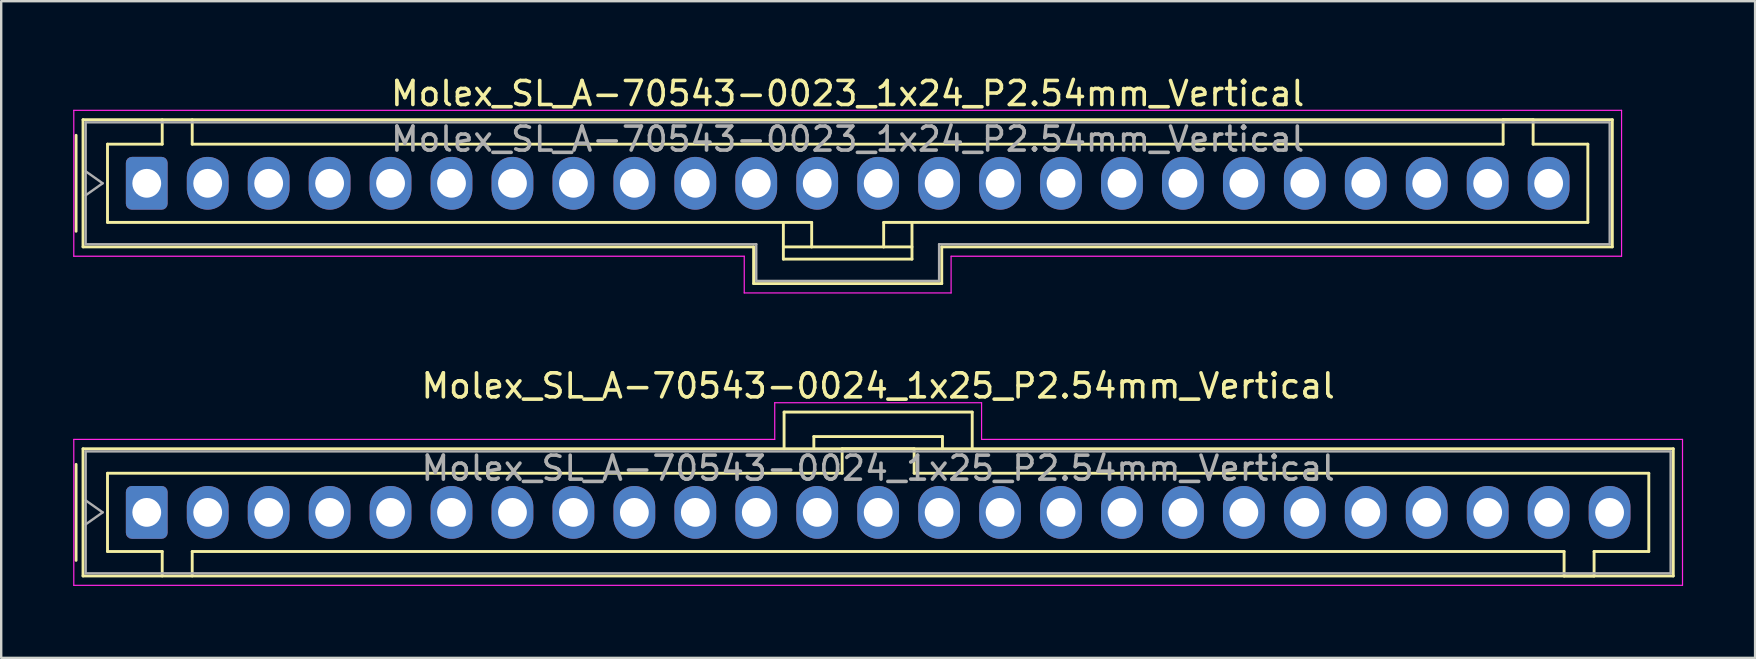
<source format=kicad_pcb>
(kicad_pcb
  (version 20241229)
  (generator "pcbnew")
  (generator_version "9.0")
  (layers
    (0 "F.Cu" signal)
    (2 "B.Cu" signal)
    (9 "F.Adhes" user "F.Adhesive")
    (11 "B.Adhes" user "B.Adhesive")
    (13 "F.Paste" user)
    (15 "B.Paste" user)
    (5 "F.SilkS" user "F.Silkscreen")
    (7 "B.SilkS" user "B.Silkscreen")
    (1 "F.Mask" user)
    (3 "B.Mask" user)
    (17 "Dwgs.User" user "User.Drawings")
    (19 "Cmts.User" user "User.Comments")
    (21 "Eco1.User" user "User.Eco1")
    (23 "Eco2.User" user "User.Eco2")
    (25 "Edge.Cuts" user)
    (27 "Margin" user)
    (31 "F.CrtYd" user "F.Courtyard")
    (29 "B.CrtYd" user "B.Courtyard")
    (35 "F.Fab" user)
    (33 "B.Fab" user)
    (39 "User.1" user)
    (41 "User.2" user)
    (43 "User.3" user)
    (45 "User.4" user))
  (footprint "Molex_SL_A-70543-0024_1x25_P2.54mm_Vertical"
    (layer "F.Cu")
    (at 3.065 18.302)
    (property "Reference" "Molex_SL_A-70543-0024_1x25_P2.54mm_Vertical" (at 30.48 -5.27 0) (layer "F.SilkS") (effects (font (size 1 1) (thickness 0.15))))
    (attr through_hole)
    (fp_line (start -2.945 -2) (end -2.945 2) (stroke (width 0.12) (type solid)) (layer "F.SilkS"))
    (fp_line (start -2.655 -2.65) (end -2.655 2.65) (stroke (width 0.12) (type solid)) (layer "F.SilkS"))
    (fp_line (start -2.655 2.65) (end 63.615 2.65) (stroke (width 0.12) (type solid)) (layer "F.SilkS"))
    (fp_line (start -1.635 -1.63) (end 28.98 -1.63) (stroke (width 0.12) (type solid)) (layer "F.SilkS"))
    (fp_line (start -1.635 1.63) (end -1.635 -1.63) (stroke (width 0.12) (type solid)) (layer "F.SilkS"))
    (fp_line (start 0.645 1.63) (end -1.635 1.63) (stroke (width 0.12) (type solid)) (layer "F.SilkS"))
    (fp_line (start 0.645 2.65) (end 0.645 1.63) (stroke (width 0.12) (type solid)) (layer "F.SilkS"))
    (fp_line (start 1.895 1.63) (end 1.895 2.65) (stroke (width 0.12) (type solid)) (layer "F.SilkS"))
    (fp_line (start 26.56 -4.18) (end 34.4 -4.18) (stroke (width 0.12) (type solid)) (layer "F.SilkS"))
    (fp_line (start 26.56 -2.65) (end 26.56 -4.18) (stroke (width 0.12) (type solid)) (layer "F.SilkS"))
    (fp_line (start 27.8 -3.16) (end 33.16 -3.16) (stroke (width 0.12) (type solid)) (layer "F.SilkS"))
    (fp_line (start 27.8 -2.65) (end 27.8 -3.16) (stroke (width 0.12) (type solid)) (layer "F.SilkS"))
    (fp_line (start 28.98 -2.65) (end 31.98 -2.65) (stroke (width 0.12) (type solid)) (layer "F.SilkS"))
    (fp_line (start 28.98 -1.63) (end 28.98 -2.65) (stroke (width 0.12) (type solid)) (layer "F.SilkS"))
    (fp_line (start 31.98 -2.65) (end 31.98 -1.63) (stroke (width 0.12) (type solid)) (layer "F.SilkS"))
    (fp_line (start 31.98 -1.63) (end 62.595 -1.63) (stroke (width 0.12) (type solid)) (layer "F.SilkS"))
    (fp_line (start 33.16 -3.16) (end 33.16 -2.65) (stroke (width 0.12) (type solid)) (layer "F.SilkS"))
    (fp_line (start 34.4 -4.18) (end 34.4 -2.65) (stroke (width 0.12) (type solid)) (layer "F.SilkS"))
    (fp_line (start 59.065 1.63) (end 1.895 1.63) (stroke (width 0.12) (type solid)) (layer "F.SilkS"))
    (fp_line (start 59.065 2.65) (end 59.065 1.63) (stroke (width 0.12) (type solid)) (layer "F.SilkS"))
    (fp_line (start 60.315 1.63) (end 60.315 2.65) (stroke (width 0.12) (type solid)) (layer "F.SilkS"))
    (fp_line (start 60.315 2.65) (end 59.065 2.65) (stroke (width 0.12) (type solid)) (layer "F.SilkS"))
    (fp_line (start 62.595 -1.63) (end 62.595 1.63) (stroke (width 0.12) (type solid)) (layer "F.SilkS"))
    (fp_line (start 62.595 1.63) (end 60.315 1.63) (stroke (width 0.12) (type solid)) (layer "F.SilkS"))
    (fp_line (start 63.615 -2.65) (end -2.655 -2.65) (stroke (width 0.12) (type solid)) (layer "F.SilkS"))
    (fp_line (start 63.615 2.65) (end 63.615 -2.65) (stroke (width 0.12) (type solid)) (layer "F.SilkS"))
    (fp_line (start -3.04 -3.04) (end 26.17 -3.04) (stroke (width 0.05) (type solid)) (layer "F.CrtYd"))
    (fp_line (start -3.04 3.04) (end -3.04 -3.04) (stroke (width 0.05) (type solid)) (layer "F.CrtYd"))
    (fp_line (start 26.17 -4.57) (end 34.79 -4.57) (stroke (width 0.05) (type solid)) (layer "F.CrtYd"))
    (fp_line (start 26.17 -3.04) (end 26.17 -4.57) (stroke (width 0.05) (type solid)) (layer "F.CrtYd"))
    (fp_line (start 34.79 -4.57) (end 34.79 -3.04) (stroke (width 0.05) (type solid)) (layer "F.CrtYd"))
    (fp_line (start 34.79 -3.04) (end 64 -3.04) (stroke (width 0.05) (type solid)) (layer "F.CrtYd"))
    (fp_line (start 64 -3.04) (end 64 3.04) (stroke (width 0.05) (type solid)) (layer "F.CrtYd"))
    (fp_line (start 64 3.04) (end -3.04 3.04) (stroke (width 0.05) (type solid)) (layer "F.CrtYd"))
    (fp_line (start -2.545 -2.54) (end -2.545 2.54) (stroke (width 0.1) (type solid)) (layer "F.Fab"))
    (fp_line (start -2.545 -0.5) (end -1.838 0) (stroke (width 0.1) (type solid)) (layer "F.Fab"))
    (fp_line (start -2.545 2.54) (end 63.505 2.54) (stroke (width 0.1) (type solid)) (layer "F.Fab"))
    (fp_line (start -1.838 0) (end -2.545 0.5) (stroke (width 0.1) (type solid)) (layer "F.Fab"))
    (fp_line (start 63.505 -2.54) (end -2.545 -2.54) (stroke (width 0.1) (type solid)) (layer "F.Fab"))
    (fp_line (start 63.505 2.54) (end 63.505 -2.54) (stroke (width 0.1) (type solid)) (layer "F.Fab"))
    (fp_text user "${REFERENCE}" (at 30.48 -1.84 0) (layer "F.Fab") (effects (font (size 1 1) (thickness 0.15))))
    (pad "1" thru_hole roundrect (at 0 0) (size 1.74 2.2) (drill 1.2) (layers "*.Cu" "*.Mask") (roundrect_rratio 0.144))
    (pad "2" thru_hole oval (at 2.54 0) (size 1.74 2.2) (drill 1.2) (layers "*.Cu" "*.Mask"))
    (pad "3" thru_hole oval (at 5.08 0) (size 1.74 2.2) (drill 1.2) (layers "*.Cu" "*.Mask"))
    (pad "4" thru_hole oval (at 7.62 0) (size 1.74 2.2) (drill 1.2) (layers "*.Cu" "*.Mask"))
    (pad "5" thru_hole oval (at 10.16 0) (size 1.74 2.2) (drill 1.2) (layers "*.Cu" "*.Mask"))
    (pad "6" thru_hole oval (at 12.7 0) (size 1.74 2.2) (drill 1.2) (layers "*.Cu" "*.Mask"))
    (pad "7" thru_hole oval (at 15.24 0) (size 1.74 2.2) (drill 1.2) (layers "*.Cu" "*.Mask"))
    (pad "8" thru_hole oval (at 17.78 0) (size 1.74 2.2) (drill 1.2) (layers "*.Cu" "*.Mask"))
    (pad "9" thru_hole oval (at 20.32 0) (size 1.74 2.2) (drill 1.2) (layers "*.Cu" "*.Mask"))
    (pad "10" thru_hole oval (at 22.86 0) (size 1.74 2.2) (drill 1.2) (layers "*.Cu" "*.Mask"))
    (pad "11" thru_hole oval (at 25.4 0) (size 1.74 2.2) (drill 1.2) (layers "*.Cu" "*.Mask"))
    (pad "12" thru_hole oval (at 27.94 0) (size 1.74 2.2) (drill 1.2) (layers "*.Cu" "*.Mask"))
    (pad "13" thru_hole oval (at 30.48 0) (size 1.74 2.2) (drill 1.2) (layers "*.Cu" "*.Mask"))
    (pad "14" thru_hole oval (at 33.02 0) (size 1.74 2.2) (drill 1.2) (layers "*.Cu" "*.Mask"))
    (pad "15" thru_hole oval (at 35.56 0) (size 1.74 2.2) (drill 1.2) (layers "*.Cu" "*.Mask"))
    (pad "16" thru_hole oval (at 38.1 0) (size 1.74 2.2) (drill 1.2) (layers "*.Cu" "*.Mask"))
    (pad "17" thru_hole oval (at 40.64 0) (size 1.74 2.2) (drill 1.2) (layers "*.Cu" "*.Mask"))
    (pad "18" thru_hole oval (at 43.18 0) (size 1.74 2.2) (drill 1.2) (layers "*.Cu" "*.Mask"))
    (pad "19" thru_hole oval (at 45.72 0) (size 1.74 2.2) (drill 1.2) (layers "*.Cu" "*.Mask"))
    (pad "20" thru_hole oval (at 48.26 0) (size 1.74 2.2) (drill 1.2) (layers "*.Cu" "*.Mask"))
    (pad "21" thru_hole oval (at 50.8 0) (size 1.74 2.2) (drill 1.2) (layers "*.Cu" "*.Mask"))
    (pad "22" thru_hole oval (at 53.34 0) (size 1.74 2.2) (drill 1.2) (layers "*.Cu" "*.Mask"))
    (pad "23" thru_hole oval (at 55.88 0) (size 1.74 2.2) (drill 1.2) (layers "*.Cu" "*.Mask"))
    (pad "24" thru_hole oval (at 58.42 0) (size 1.74 2.2) (drill 1.2) (layers "*.Cu" "*.Mask"))
    (pad "25" thru_hole oval (at 60.96 0) (size 1.74 2.2) (drill 1.2) (layers "*.Cu" "*.Mask")))
  (footprint "Molex_SL_A-70543-0023_1x24_P2.54mm_Vertical"
    (layer "F.Cu")
    (at 3.065 4.588)
    (property "Reference" "Molex_SL_A-70543-0023_1x24_P2.54mm_Vertical" (at 29.21 -3.74 0) (layer "F.SilkS") (effects (font (size 1 1) (thickness 0.15))))
    (attr through_hole)
    (fp_line (start -2.945 -2) (end -2.945 2) (stroke (width 0.12) (type solid)) (layer "F.SilkS"))
    (fp_line (start -2.655 -2.65) (end 61.075 -2.65) (stroke (width 0.12) (type solid)) (layer "F.SilkS"))
    (fp_line (start -2.655 2.65) (end -2.655 -2.65) (stroke (width 0.12) (type solid)) (layer "F.SilkS"))
    (fp_line (start -2.655 2.65) (end 25.29 2.65) (stroke (width 0.12) (type solid)) (layer "F.SilkS"))
    (fp_line (start -1.635 -1.63) (end -1.635 1.63) (stroke (width 0.12) (type solid)) (layer "F.SilkS"))
    (fp_line (start -1.635 1.63) (end 27.71 1.63) (stroke (width 0.12) (type solid)) (layer "F.SilkS"))
    (fp_line (start 0.645 -2.65) (end 0.645 -1.63) (stroke (width 0.12) (type solid)) (layer "F.SilkS"))
    (fp_line (start 0.645 -1.63) (end -1.635 -1.63) (stroke (width 0.12) (type solid)) (layer "F.SilkS"))
    (fp_line (start 1.895 -1.63) (end 1.895 -2.65) (stroke (width 0.12) (type solid)) (layer "F.SilkS"))
    (fp_line (start 25.29 2.65) (end 25.29 4.18) (stroke (width 0.12) (type solid)) (layer "F.SilkS"))
    (fp_line (start 25.29 4.18) (end 33.13 4.18) (stroke (width 0.12) (type solid)) (layer "F.SilkS"))
    (fp_line (start 26.53 1.63) (end 26.53 3.16) (stroke (width 0.12) (type solid)) (layer "F.SilkS"))
    (fp_line (start 26.53 2.65) (end 27.71 2.65) (stroke (width 0.12) (type solid)) (layer "F.SilkS"))
    (fp_line (start 26.53 3.16) (end 31.89 3.16) (stroke (width 0.12) (type solid)) (layer "F.SilkS"))
    (fp_line (start 27.71 1.63) (end 27.71 2.65) (stroke (width 0.12) (type solid)) (layer "F.SilkS"))
    (fp_line (start 27.71 2.65) (end 30.71 2.65) (stroke (width 0.12) (type solid)) (layer "F.SilkS"))
    (fp_line (start 30.71 1.63) (end 60.055 1.63) (stroke (width 0.12) (type solid)) (layer "F.SilkS"))
    (fp_line (start 30.71 2.65) (end 30.71 1.63) (stroke (width 0.12) (type solid)) (layer "F.SilkS"))
    (fp_line (start 31.89 2.65) (end 30.71 2.65) (stroke (width 0.12) (type solid)) (layer "F.SilkS"))
    (fp_line (start 31.89 3.16) (end 31.89 1.63) (stroke (width 0.12) (type solid)) (layer "F.SilkS"))
    (fp_line (start 33.13 4.18) (end 33.13 2.65) (stroke (width 0.12) (type solid)) (layer "F.SilkS"))
    (fp_line (start 56.525 -2.65) (end 56.525 -1.63) (stroke (width 0.12) (type solid)) (layer "F.SilkS"))
    (fp_line (start 56.525 -1.63) (end 1.895 -1.63) (stroke (width 0.12) (type solid)) (layer "F.SilkS"))
    (fp_line (start 57.775 -2.65) (end 56.525 -2.65) (stroke (width 0.12) (type solid)) (layer "F.SilkS"))
    (fp_line (start 57.775 -1.63) (end 57.775 -2.65) (stroke (width 0.12) (type solid)) (layer "F.SilkS"))
    (fp_line (start 60.055 -1.63) (end 57.775 -1.63) (stroke (width 0.12) (type solid)) (layer "F.SilkS"))
    (fp_line (start 60.055 1.63) (end 60.055 -1.63) (stroke (width 0.12) (type solid)) (layer "F.SilkS"))
    (fp_line (start 61.075 -2.65) (end 61.075 2.65) (stroke (width 0.12) (type solid)) (layer "F.SilkS"))
    (fp_line (start 61.075 2.65) (end 33.13 2.65) (stroke (width 0.12) (type solid)) (layer "F.SilkS"))
    (fp_line (start -3.04 -3.04) (end -3.04 3.04) (stroke (width 0.05) (type solid)) (layer "F.CrtYd"))
    (fp_line (start -3.04 3.04) (end 24.9 3.04) (stroke (width 0.05) (type solid)) (layer "F.CrtYd"))
    (fp_line (start 24.9 3.04) (end 24.9 4.57) (stroke (width 0.05) (type solid)) (layer "F.CrtYd"))
    (fp_line (start 24.9 4.57) (end 33.52 4.57) (stroke (width 0.05) (type solid)) (layer "F.CrtYd"))
    (fp_line (start 33.52 3.04) (end 61.46 3.04) (stroke (width 0.05) (type solid)) (layer "F.CrtYd"))
    (fp_line (start 33.52 4.57) (end 33.52 3.04) (stroke (width 0.05) (type solid)) (layer "F.CrtYd"))
    (fp_line (start 61.46 -3.04) (end -3.04 -3.04) (stroke (width 0.05) (type solid)) (layer "F.CrtYd"))
    (fp_line (start 61.46 3.04) (end 61.46 -3.04) (stroke (width 0.05) (type solid)) (layer "F.CrtYd"))
    (fp_line (start -2.545 -2.54) (end -2.545 2.54) (stroke (width 0.1) (type solid)) (layer "F.Fab"))
    (fp_line (start -2.545 -0.5) (end -1.838 0) (stroke (width 0.1) (type solid)) (layer "F.Fab"))
    (fp_line (start -2.545 2.54) (end 25.4 2.54) (stroke (width 0.1) (type solid)) (layer "F.Fab"))
    (fp_line (start -1.838 0) (end -2.545 0.5) (stroke (width 0.1) (type solid)) (layer "F.Fab"))
    (fp_line (start 25.4 2.54) (end 25.4 4.07) (stroke (width 0.1) (type solid)) (layer "F.Fab"))
    (fp_line (start 25.4 4.07) (end 33.02 4.07) (stroke (width 0.1) (type solid)) (layer "F.Fab"))
    (fp_line (start 33.02 2.54) (end 60.965 2.54) (stroke (width 0.1) (type solid)) (layer "F.Fab"))
    (fp_line (start 33.02 4.07) (end 33.02 2.54) (stroke (width 0.1) (type solid)) (layer "F.Fab"))
    (fp_line (start 60.965 -2.54) (end -2.545 -2.54) (stroke (width 0.1) (type solid)) (layer "F.Fab"))
    (fp_line (start 60.965 2.54) (end 60.965 -2.54) (stroke (width 0.1) (type solid)) (layer "F.Fab"))
    (fp_text user "${REFERENCE}" (at 29.21 -1.84 0) (layer "F.Fab") (effects (font (size 1 1) (thickness 0.15))))
    (pad "1" thru_hole roundrect (at 0 0) (size 1.74 2.2) (drill 1.2) (layers "*.Cu" "*.Mask") (roundrect_rratio 0.144))
    (pad "2" thru_hole oval (at 2.54 0) (size 1.74 2.2) (drill 1.2) (layers "*.Cu" "*.Mask"))
    (pad "3" thru_hole oval (at 5.08 0) (size 1.74 2.2) (drill 1.2) (layers "*.Cu" "*.Mask"))
    (pad "4" thru_hole oval (at 7.62 0) (size 1.74 2.2) (drill 1.2) (layers "*.Cu" "*.Mask"))
    (pad "5" thru_hole oval (at 10.16 0) (size 1.74 2.2) (drill 1.2) (layers "*.Cu" "*.Mask"))
    (pad "6" thru_hole oval (at 12.7 0) (size 1.74 2.2) (drill 1.2) (layers "*.Cu" "*.Mask"))
    (pad "7" thru_hole oval (at 15.24 0) (size 1.74 2.2) (drill 1.2) (layers "*.Cu" "*.Mask"))
    (pad "8" thru_hole oval (at 17.78 0) (size 1.74 2.2) (drill 1.2) (layers "*.Cu" "*.Mask"))
    (pad "9" thru_hole oval (at 20.32 0) (size 1.74 2.2) (drill 1.2) (layers "*.Cu" "*.Mask"))
    (pad "10" thru_hole oval (at 22.86 0) (size 1.74 2.2) (drill 1.2) (layers "*.Cu" "*.Mask"))
    (pad "11" thru_hole oval (at 25.4 0) (size 1.74 2.2) (drill 1.2) (layers "*.Cu" "*.Mask"))
    (pad "12" thru_hole oval (at 27.94 0) (size 1.74 2.2) (drill 1.2) (layers "*.Cu" "*.Mask"))
    (pad "13" thru_hole oval (at 30.48 0) (size 1.74 2.2) (drill 1.2) (layers "*.Cu" "*.Mask"))
    (pad "14" thru_hole oval (at 33.02 0) (size 1.74 2.2) (drill 1.2) (layers "*.Cu" "*.Mask"))
    (pad "15" thru_hole oval (at 35.56 0) (size 1.74 2.2) (drill 1.2) (layers "*.Cu" "*.Mask"))
    (pad "16" thru_hole oval (at 38.1 0) (size 1.74 2.2) (drill 1.2) (layers "*.Cu" "*.Mask"))
    (pad "17" thru_hole oval (at 40.64 0) (size 1.74 2.2) (drill 1.2) (layers "*.Cu" "*.Mask"))
    (pad "18" thru_hole oval (at 43.18 0) (size 1.74 2.2) (drill 1.2) (layers "*.Cu" "*.Mask"))
    (pad "19" thru_hole oval (at 45.72 0) (size 1.74 2.2) (drill 1.2) (layers "*.Cu" "*.Mask"))
    (pad "20" thru_hole oval (at 48.26 0) (size 1.74 2.2) (drill 1.2) (layers "*.Cu" "*.Mask"))
    (pad "21" thru_hole oval (at 50.8 0) (size 1.74 2.2) (drill 1.2) (layers "*.Cu" "*.Mask"))
    (pad "22" thru_hole oval (at 53.34 0) (size 1.74 2.2) (drill 1.2) (layers "*.Cu" "*.Mask"))
    (pad "23" thru_hole oval (at 55.88 0) (size 1.74 2.2) (drill 1.2) (layers "*.Cu" "*.Mask"))
    (pad "24" thru_hole oval (at 58.42 0) (size 1.74 2.2) (drill 1.2) (layers "*.Cu" "*.Mask")))
  (gr_rect
    (start -3 -3)
    (end 70.09 24.366)
    (stroke (width 0.1) (type default))
    (fill no)
    (layer "Edge.Cuts")))
</source>
